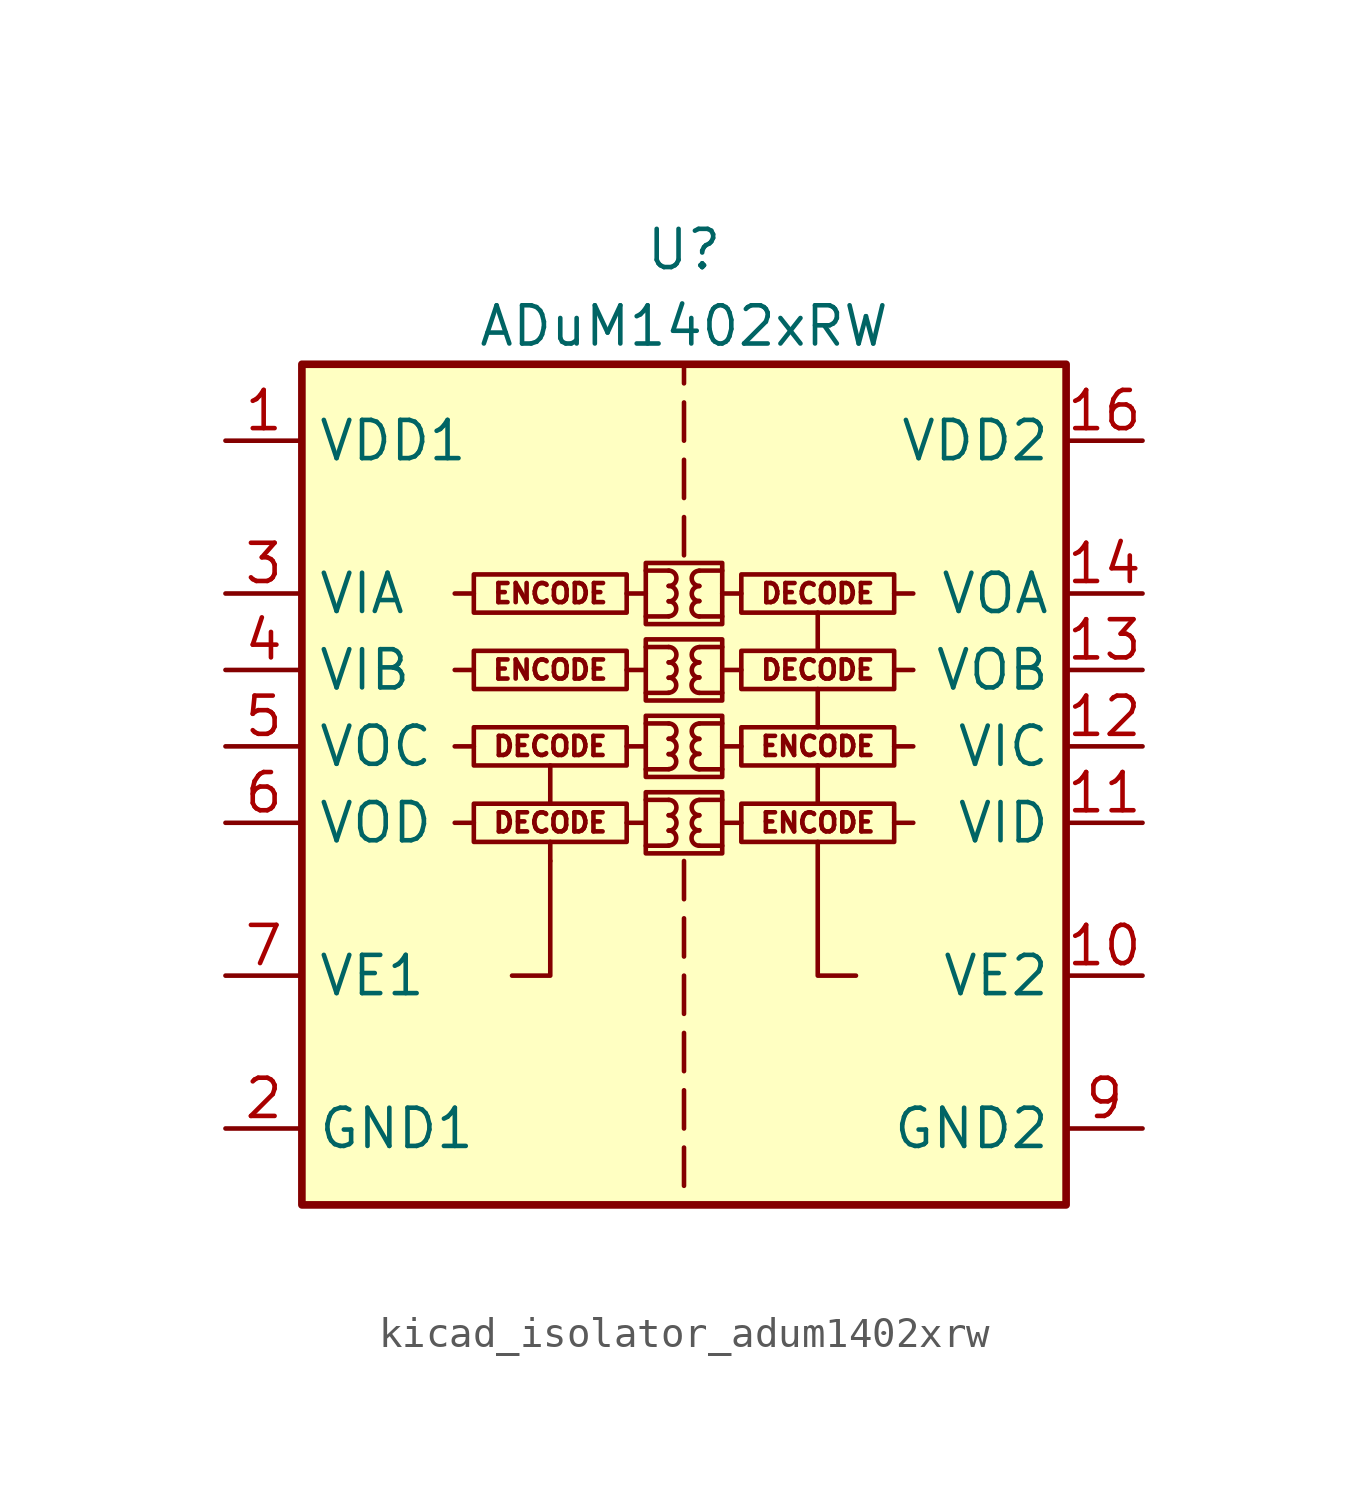
<source format=kicad_sym>
(kicad_symbol_lib
  (version 20220914)
  (generator kicad_symbol_editor)
  (symbol "kicad_isolator_adum1402xrw"
    (property "Reference" "U"
      (at 0 19.05 0)
      (effects (font (size 1.27 1.27))))
    (property "Value" "ADuM1402xRW"
      (at 0 16.51 0)
      (effects (font (size 1.27 1.27))))
    (symbol "kicad_isolator_adum1402xrw_0_0"
      (rectangle (start -1.905 0.635) (end -6.985 -0.635) (stroke (width 0) (type default)) (fill (type none)))
      (rectangle (start -1.27 1.016) (end 1.27 -1.016) (stroke (width 0) (type default)) (fill (type none)))
      (rectangle (start -1.27 3.556) (end 1.27 1.524) (stroke (width 0) (type default)) (fill (type none)))
      (rectangle (start -1.27 6.096) (end 1.27 4.064) (stroke (width 0) (type default)) (fill (type none)))
      (rectangle (start -1.27 8.636) (end 1.27 6.604) (stroke (width 0) (type default)) (fill (type none)))
      (arc (start -0.508 -0.762) (mid -0.2551 -0.508) (end -0.508 -0.254) (stroke (width 0) (type default)) (fill (type none)))
      (arc (start -0.508 -0.254) (mid -0.2551 0) (end -0.508 0.254) (stroke (width 0) (type default)) (fill (type none)))
      (arc (start -0.508 0.254) (mid -0.2551 0.508) (end -0.508 0.762) (stroke (width 0) (type default)) (fill (type none)))
      (arc (start -0.508 1.778) (mid -0.2551 2.032) (end -0.508 2.286) (stroke (width 0) (type default)) (fill (type none)))
      (arc (start -0.508 2.286) (mid -0.2551 2.54) (end -0.508 2.794) (stroke (width 0) (type default)) (fill (type none)))
      (arc (start -0.508 2.794) (mid -0.2551 3.048) (end -0.508 3.302) (stroke (width 0) (type default)) (fill (type none)))
      (arc (start -0.508 4.318) (mid -0.2551 4.572) (end -0.508 4.826) (stroke (width 0) (type default)) (fill (type none)))
      (arc (start -0.508 4.826) (mid -0.2551 5.08) (end -0.508 5.334) (stroke (width 0) (type default)) (fill (type none)))
      (arc (start -0.508 5.334) (mid -0.2551 5.588) (end -0.508 5.842) (stroke (width 0) (type default)) (fill (type none)))
      (arc (start -0.508 6.858) (mid -0.2551 7.112) (end -0.508 7.366) (stroke (width 0) (type default)) (fill (type none)))
      (arc (start -0.508 7.366) (mid -0.2551 7.62) (end -0.508 7.874) (stroke (width 0) (type default)) (fill (type none)))
      (arc (start -0.508 7.874) (mid -0.2551 8.128) (end -0.508 8.382) (stroke (width 0) (type default)) (fill (type none)))
      (polyline (pts (xy -6.985 0) (xy -7.62 0)) (stroke (width 0) (type default)) (fill (type none)))
      (polyline (pts (xy -6.985 2.54) (xy -7.62 2.54)) (stroke (width 0) (type default)) (fill (type none)))
      (polyline (pts (xy -6.985 5.08) (xy -7.62 5.08)) (stroke (width 0) (type default)) (fill (type none)))
      (polyline (pts (xy -6.985 7.62) (xy -7.62 7.62)) (stroke (width 0) (type default)) (fill (type none)))
      (polyline (pts (xy -4.445 -1.27) (xy -4.445 -0.635)) (stroke (width 0) (type default)) (fill (type none)))
      (polyline (pts (xy -4.445 0.635) (xy -4.445 1.905)) (stroke (width 0) (type default)) (fill (type none)))
      (polyline (pts (xy -1.905 0) (xy -1.27 0)) (stroke (width 0) (type default)) (fill (type none)))
      (polyline (pts (xy -1.905 2.54) (xy -1.27 2.54)) (stroke (width 0) (type default)) (fill (type none)))
      (polyline (pts (xy -1.905 5.08) (xy -1.27 5.08)) (stroke (width 0) (type default)) (fill (type none)))
      (polyline (pts (xy -1.905 7.62) (xy -1.27 7.62)) (stroke (width 0) (type default)) (fill (type none)))
      (polyline (pts (xy -1.27 -0.762) (xy -0.508 -0.762)) (stroke (width 0) (type default)) (fill (type none)))
      (polyline (pts (xy -1.27 0.762) (xy -0.508 0.762)) (stroke (width 0) (type default)) (fill (type none)))
      (polyline (pts (xy -1.27 1.778) (xy -0.508 1.778)) (stroke (width 0) (type default)) (fill (type none)))
      (polyline (pts (xy -1.27 3.302) (xy -0.508 3.302)) (stroke (width 0) (type default)) (fill (type none)))
      (polyline (pts (xy -1.27 4.318) (xy -0.508 4.318)) (stroke (width 0) (type default)) (fill (type none)))
      (polyline (pts (xy -1.27 5.842) (xy -0.508 5.842)) (stroke (width 0) (type default)) (fill (type none)))
      (polyline (pts (xy -1.27 6.858) (xy -0.508 6.858)) (stroke (width 0) (type default)) (fill (type none)))
      (polyline (pts (xy -1.27 8.382) (xy -0.508 8.382)) (stroke (width 0) (type default)) (fill (type none)))
      (polyline (pts (xy 0 -10.795) (xy 0 -12.065)) (stroke (width 0) (type default)) (fill (type none)))
      (polyline (pts (xy 0 -8.89) (xy 0 -10.16)) (stroke (width 0) (type default)) (fill (type none)))
      (polyline (pts (xy 0 -6.985) (xy 0 -8.255)) (stroke (width 0) (type default)) (fill (type none)))
      (polyline (pts (xy 0 -5.08) (xy 0 -6.35)) (stroke (width 0) (type default)) (fill (type none)))
      (polyline (pts (xy 0 -3.175) (xy 0 -4.445)) (stroke (width 0) (type default)) (fill (type none)))
      (polyline (pts (xy 0 -1.27) (xy 0 -2.54)) (stroke (width 0) (type default)) (fill (type none)))
      (polyline (pts (xy 0 8.89) (xy 0 10.16)) (stroke (width 0) (type default)) (fill (type none)))
      (polyline (pts (xy 0 10.795) (xy 0 12.065)) (stroke (width 0) (type default)) (fill (type none)))
      (polyline (pts (xy 0 12.7) (xy 0 13.97)) (stroke (width 0) (type default)) (fill (type none)))
      (polyline (pts (xy 0 15.24) (xy 0 14.605)) (stroke (width 0) (type default)) (fill (type none)))
      (polyline (pts (xy 1.27 -0.762) (xy 0.508 -0.762)) (stroke (width 0) (type default)) (fill (type none)))
      (polyline (pts (xy 1.27 0.762) (xy 0.508 0.762)) (stroke (width 0) (type default)) (fill (type none)))
      (polyline (pts (xy 1.27 1.778) (xy 0.508 1.778)) (stroke (width 0) (type default)) (fill (type none)))
      (polyline (pts (xy 1.27 3.302) (xy 0.508 3.302)) (stroke (width 0) (type default)) (fill (type none)))
      (polyline (pts (xy 1.27 4.318) (xy 0.508 4.318)) (stroke (width 0) (type default)) (fill (type none)))
      (polyline (pts (xy 1.27 5.842) (xy 0.508 5.842)) (stroke (width 0) (type default)) (fill (type none)))
      (polyline (pts (xy 1.27 6.858) (xy 0.508 6.858)) (stroke (width 0) (type default)) (fill (type none)))
      (polyline (pts (xy 1.27 8.382) (xy 0.508 8.382)) (stroke (width 0) (type default)) (fill (type none)))
      (polyline (pts (xy 1.905 0) (xy 1.27 0)) (stroke (width 0) (type default)) (fill (type none)))
      (polyline (pts (xy 1.905 2.54) (xy 1.27 2.54)) (stroke (width 0) (type default)) (fill (type none)))
      (polyline (pts (xy 1.905 5.08) (xy 1.27 5.08)) (stroke (width 0) (type default)) (fill (type none)))
      (polyline (pts (xy 1.905 7.62) (xy 1.27 7.62)) (stroke (width 0) (type default)) (fill (type none)))
      (polyline (pts (xy 4.445 0.635) (xy 4.445 1.905)) (stroke (width 0) (type default)) (fill (type none)))
      (polyline (pts (xy 4.445 3.175) (xy 4.445 4.445)) (stroke (width 0) (type default)) (fill (type none)))
      (polyline (pts (xy 4.445 5.715) (xy 4.445 6.985)) (stroke (width 0) (type default)) (fill (type none)))
      (polyline (pts (xy 6.985 0) (xy 7.62 0)) (stroke (width 0) (type default)) (fill (type none)))
      (polyline (pts (xy 6.985 2.54) (xy 7.62 2.54)) (stroke (width 0) (type default)) (fill (type none)))
      (polyline (pts (xy 6.985 5.08) (xy 7.62 5.08)) (stroke (width 0) (type default)) (fill (type none)))
      (polyline (pts (xy 6.985 7.62) (xy 7.62 7.62)) (stroke (width 0) (type default)) (fill (type none)))
      (polyline (pts (xy -4.445 -1.27) (xy -4.445 -5.08) (xy -5.715 -5.08)) (stroke (width 0) (type default)) (fill (type none)))
      (polyline (pts (xy 5.715 -5.08) (xy 4.445 -5.08) (xy 4.445 -0.635)) (stroke (width 0) (type default)) (fill (type none)))
      (arc (start 0.508 -0.254) (mid 0.2551 -0.508) (end 0.508 -0.762) (stroke (width 0) (type default)) (fill (type none)))
      (arc (start 0.508 0.254) (mid 0.2551 0) (end 0.508 -0.254) (stroke (width 0) (type default)) (fill (type none)))
      (arc (start 0.508 0.762) (mid 0.2551 0.508) (end 0.508 0.254) (stroke (width 0) (type default)) (fill (type none)))
      (arc (start 0.508 2.286) (mid 0.2551 2.032) (end 0.508 1.778) (stroke (width 0) (type default)) (fill (type none)))
      (arc (start 0.508 2.794) (mid 0.2551 2.54) (end 0.508 2.286) (stroke (width 0) (type default)) (fill (type none)))
      (arc (start 0.508 3.302) (mid 0.2551 3.048) (end 0.508 2.794) (stroke (width 0) (type default)) (fill (type none)))
      (arc (start 0.508 4.826) (mid 0.2551 4.572) (end 0.508 4.318) (stroke (width 0) (type default)) (fill (type none)))
      (arc (start 0.508 5.334) (mid 0.2551 5.08) (end 0.508 4.826) (stroke (width 0) (type default)) (fill (type none)))
      (arc (start 0.508 5.842) (mid 0.2551 5.588) (end 0.508 5.334) (stroke (width 0) (type default)) (fill (type none)))
      (arc (start 0.508 7.366) (mid 0.2551 7.112) (end 0.508 6.858) (stroke (width 0) (type default)) (fill (type none)))
      (arc (start 0.508 7.874) (mid 0.2551 7.62) (end 0.508 7.366) (stroke (width 0) (type default)) (fill (type none)))
      (arc (start 0.508 8.382) (mid 0.2551 8.128) (end 0.508 7.874) (stroke (width 0) (type default)) (fill (type none)))
      (rectangle (start 1.905 0.635) (end 6.985 -0.635) (stroke (width 0) (type default)) (fill (type none)))
      (rectangle (start 1.905 3.175) (end 6.985 1.905) (stroke (width 0) (type default)) (fill (type none)))
      (rectangle (start 1.905 5.715) (end 6.985 4.445) (stroke (width 0) (type default)) (fill (type none)))
      (rectangle (start 1.905 8.255) (end 6.985 6.985) (stroke (width 0) (type default)) (fill (type none)))
      (text "DECODE" (at -4.445 0 0) (effects (font (size 0.635 0.635))))
      (text "DECODE" (at -4.445 2.54 0) (effects (font (size 0.635 0.635))))
      (text "DECODE" (at 4.445 5.08 0) (effects (font (size 0.635 0.635))))
      (text "DECODE" (at 4.445 7.62 0) (effects (font (size 0.635 0.635))))
      (text "ENCODE" (at -4.445 5.08 0) (effects (font (size 0.635 0.635))))
      (text "ENCODE" (at -4.445 7.62 0) (effects (font (size 0.635 0.635))))
      (text "ENCODE" (at 4.445 0 0) (effects (font (size 0.635 0.635))))
      (text "ENCODE" (at 4.445 2.54 0) (effects (font (size 0.635 0.635)))))
    (symbol "kicad_isolator_adum1402xrw_0_1"
      (rectangle (start -12.7 15.24) (end 12.7 -12.7) (stroke (width 0.254) (type default)) (fill (type background)))
      (rectangle (start -1.905 3.175) (end -6.985 1.905) (stroke (width 0) (type default)) (fill (type none)))
      (rectangle (start -1.905 5.715) (end -6.985 4.445) (stroke (width 0) (type default)) (fill (type none)))
      (rectangle (start -1.905 8.255) (end -6.985 6.985) (stroke (width 0) (type default)) (fill (type none))))
    (symbol "kicad_isolator_adum1402xrw_1_1"
      (pin power_in line (at -15.24 12.7 0) (length 2.54) (name "VDD1" (effects (font (size 1.27 1.27)))) (number "1" (effects (font (size 1.27 1.27)))))
      (pin input line (at 15.24 -5.08 180) (length 2.54) (name "VE2" (effects (font (size 1.27 1.27)))) (number "10" (effects (font (size 1.27 1.27)))))
      (pin input line (at 15.24 0 180) (length 2.54) (name "VID" (effects (font (size 1.27 1.27)))) (number "11" (effects (font (size 1.27 1.27)))))
      (pin input line (at 15.24 2.54 180) (length 2.54) (name "VIC" (effects (font (size 1.27 1.27)))) (number "12" (effects (font (size 1.27 1.27)))))
      (pin output line (at 15.24 5.08 180) (length 2.54) (name "VOB" (effects (font (size 1.27 1.27)))) (number "13" (effects (font (size 1.27 1.27)))))
      (pin output line (at 15.24 7.62 180) (length 2.54) (name "VOA" (effects (font (size 1.27 1.27)))) (number "14" (effects (font (size 1.27 1.27)))))
      (pin passive line (at 15.24 -10.16 180) (length 2.54) hide (name "GND2" (effects (font (size 1.27 1.27)))) (number "15" (effects (font (size 1.27 1.27)))))
      (pin power_in line (at 15.24 12.7 180) (length 2.54) (name "VDD2" (effects (font (size 1.27 1.27)))) (number "16" (effects (font (size 1.27 1.27)))))
      (pin power_in line (at -15.24 -10.16 0) (length 2.54) (name "GND1" (effects (font (size 1.27 1.27)))) (number "2" (effects (font (size 1.27 1.27)))))
      (pin input line (at -15.24 7.62 0) (length 2.54) (name "VIA" (effects (font (size 1.27 1.27)))) (number "3" (effects (font (size 1.27 1.27)))))
      (pin input line (at -15.24 5.08 0) (length 2.54) (name "VIB" (effects (font (size 1.27 1.27)))) (number "4" (effects (font (size 1.27 1.27)))))
      (pin output line (at -15.24 2.54 0) (length 2.54) (name "VOC" (effects (font (size 1.27 1.27)))) (number "5" (effects (font (size 1.27 1.27)))))
      (pin output line (at -15.24 0 0) (length 2.54) (name "VOD" (effects (font (size 1.27 1.27)))) (number "6" (effects (font (size 1.27 1.27)))))
      (pin input line (at -15.24 -5.08 0) (length 2.54) (name "VE1" (effects (font (size 1.27 1.27)))) (number "7" (effects (font (size 1.27 1.27)))))
      (pin passive line (at -15.24 -10.16 0) (length 2.54) hide (name "GND1" (effects (font (size 1.27 1.27)))) (number "8" (effects (font (size 1.27 1.27)))))
      (pin power_in line (at 15.24 -10.16 180) (length 2.54) (name "GND2" (effects (font (size 1.27 1.27)))) (number "9" (effects (font (size 1.27 1.27))))))))
</source>
